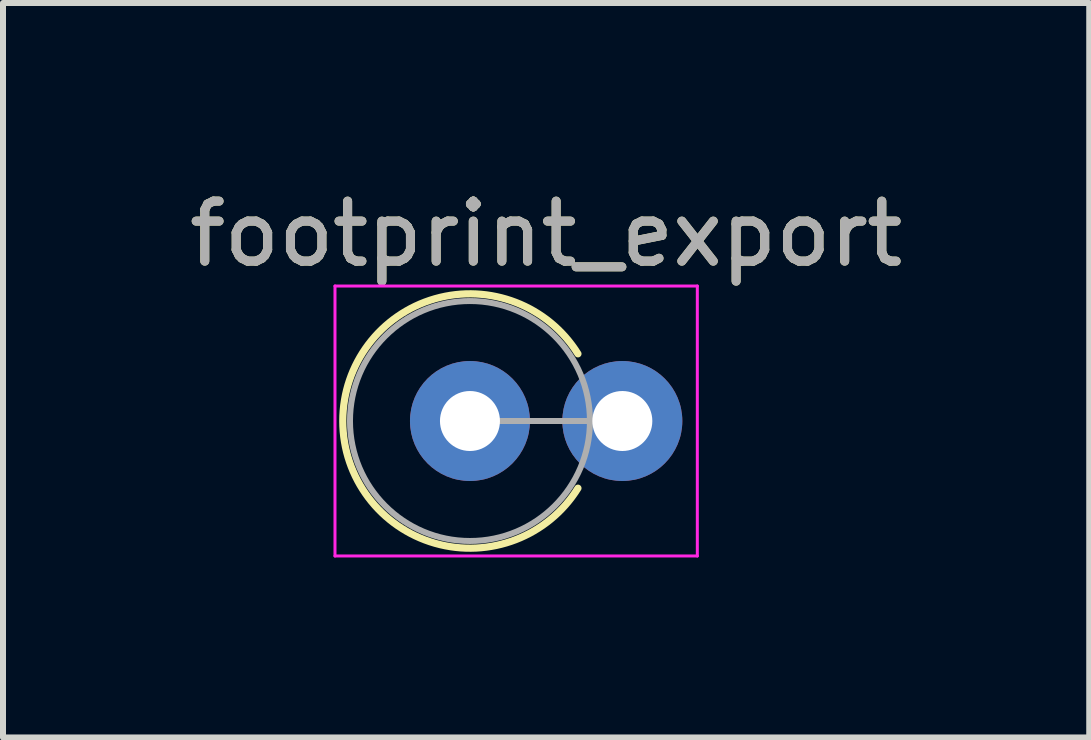
<source format=kicad_pcb>
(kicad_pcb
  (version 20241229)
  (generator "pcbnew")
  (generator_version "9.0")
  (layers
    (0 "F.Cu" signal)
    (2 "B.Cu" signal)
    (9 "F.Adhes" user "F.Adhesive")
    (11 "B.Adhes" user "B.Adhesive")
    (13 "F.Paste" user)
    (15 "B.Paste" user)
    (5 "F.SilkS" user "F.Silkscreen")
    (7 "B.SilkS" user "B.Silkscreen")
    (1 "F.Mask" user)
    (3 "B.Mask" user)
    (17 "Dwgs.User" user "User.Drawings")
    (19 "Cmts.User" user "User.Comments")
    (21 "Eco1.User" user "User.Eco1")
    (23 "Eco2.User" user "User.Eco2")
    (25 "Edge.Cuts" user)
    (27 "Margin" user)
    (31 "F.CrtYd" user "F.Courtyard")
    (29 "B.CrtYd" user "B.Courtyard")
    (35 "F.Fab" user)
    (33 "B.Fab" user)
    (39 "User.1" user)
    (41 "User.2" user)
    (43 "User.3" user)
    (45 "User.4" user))
  (footprint "footprint_export"
    (layer "F.Cu")
    (at 4.784 3.968)
    (property "Reference" "footprint_export" (at 1.27 -3.12 0) (layer "F.SilkS") (effects (font (size 1 1) (thickness 0.15))))
    (attr through_hole)
    (fp_arc (start 1.8 1.12) (mid -2.12 0) (end 1.8 -1.12) (stroke (width 0.12) (type solid)) (layer "F.SilkS"))
    (fp_line (start -2.25 -2.25) (end -2.25 2.25) (stroke (width 0.05) (type solid)) (layer "F.CrtYd"))
    (fp_line (start -2.25 2.25) (end 3.79 2.25) (stroke (width 0.05) (type solid)) (layer "F.CrtYd"))
    (fp_line (start 3.79 -2.25) (end -2.25 -2.25) (stroke (width 0.05) (type solid)) (layer "F.CrtYd"))
    (fp_line (start 3.79 2.25) (end 3.79 -2.25) (stroke (width 0.05) (type solid)) (layer "F.CrtYd"))
    (fp_line (start 0 0) (end 2.54 0) (stroke (width 0.1) (type solid)) (layer "F.Fab"))
    (fp_circle (center 0 0) (end 2 0) (stroke (width 0.1) (type solid)) (fill no) (layer "F.Fab"))
    (fp_text user "${REFERENCE}" (at 1.27 -3.12 0) (layer "F.Fab") (effects (font (size 1 1) (thickness 0.15))))
    (pad "1" thru_hole circle (at 0 0) (size 2 2) (drill 1) (layers "*.Cu" "*.Mask"))
    (pad "2" thru_hole oval (at 2.54 0) (size 2 2) (drill 1) (layers "*.Cu" "*.Mask")))
  (gr_rect
    (start -3 -3)
    (end 15.107 9.243)
    (stroke (width 0.1) (type default))
    (fill no)
    (layer "Edge.Cuts")))
</source>
